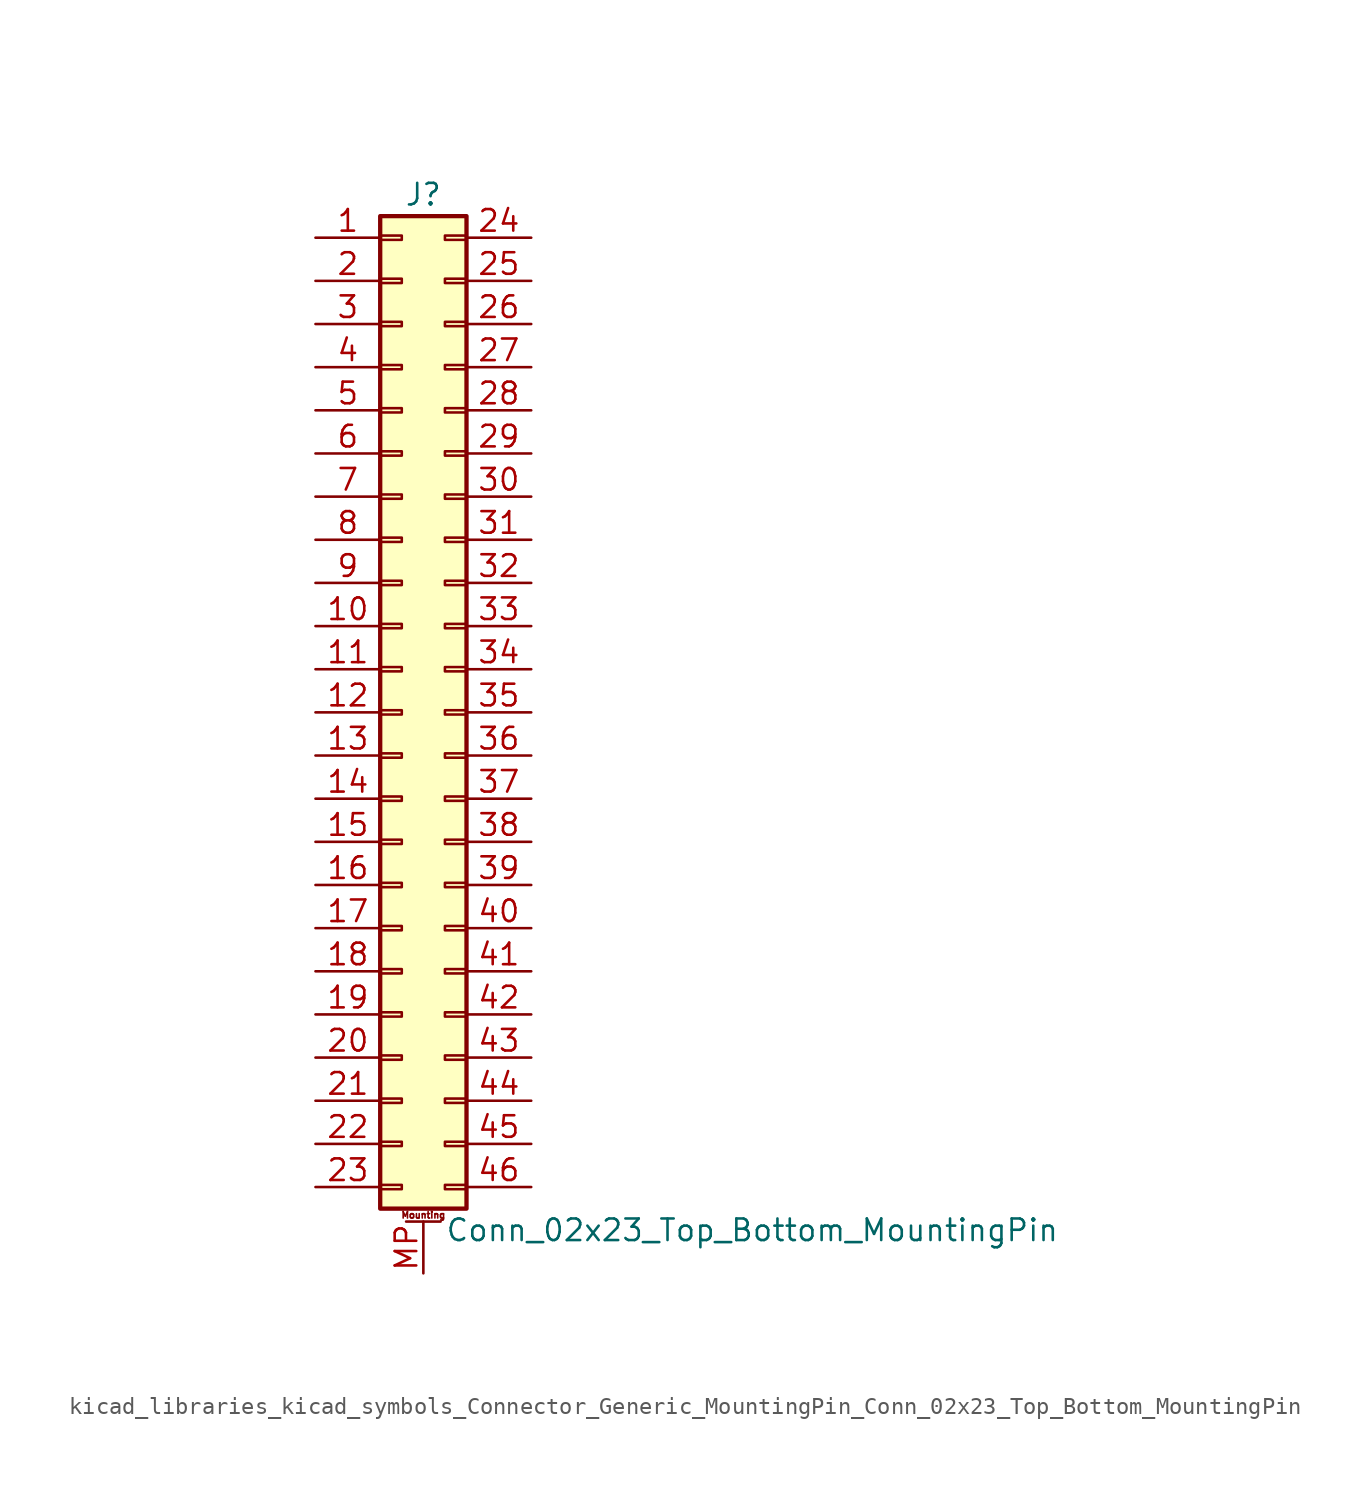
<source format=kicad_sym>
(kicad_symbol_lib
  (version 20220914)
  (generator kicad_symbol_editor)
  (symbol "kicad_libraries_kicad_symbols_Connector_Generic_MountingPin_Conn_02x23_Top_Bottom_MountingPin"
    (pin_names
      (offset 1.016) hide)
    (property "Reference" "J"
      (at 1.27 30.48 0)
      (effects (font (size 1.27 1.27))))
    (property "Value" "Conn_02x23_Top_Bottom_MountingPin"
      (at 2.54 -30.48 0)
      (effects (font (size 1.27 1.27)) (justify left)))
    (symbol "kicad_libraries_kicad_symbols_Connector_Generic_MountingPin_Conn_02x23_Top_Bottom_MountingPin_1_1"
      (rectangle (start -1.27 -27.813) (end 0 -28.067) (stroke (width 0.152) (type default)) (fill (type none)))
      (rectangle (start -1.27 -25.273) (end 0 -25.527) (stroke (width 0.152) (type default)) (fill (type none)))
      (rectangle (start -1.27 -22.733) (end 0 -22.987) (stroke (width 0.152) (type default)) (fill (type none)))
      (rectangle (start -1.27 -20.193) (end 0 -20.447) (stroke (width 0.152) (type default)) (fill (type none)))
      (rectangle (start -1.27 -17.653) (end 0 -17.907) (stroke (width 0.152) (type default)) (fill (type none)))
      (rectangle (start -1.27 -15.113) (end 0 -15.367) (stroke (width 0.152) (type default)) (fill (type none)))
      (rectangle (start -1.27 -12.573) (end 0 -12.827) (stroke (width 0.152) (type default)) (fill (type none)))
      (rectangle (start -1.27 -10.033) (end 0 -10.287) (stroke (width 0.152) (type default)) (fill (type none)))
      (rectangle (start -1.27 -7.493) (end 0 -7.747) (stroke (width 0.152) (type default)) (fill (type none)))
      (rectangle (start -1.27 -4.953) (end 0 -5.207) (stroke (width 0.152) (type default)) (fill (type none)))
      (rectangle (start -1.27 -2.413) (end 0 -2.667) (stroke (width 0.152) (type default)) (fill (type none)))
      (rectangle (start -1.27 0.127) (end 0 -0.127) (stroke (width 0.152) (type default)) (fill (type none)))
      (rectangle (start -1.27 2.667) (end 0 2.413) (stroke (width 0.152) (type default)) (fill (type none)))
      (rectangle (start -1.27 5.207) (end 0 4.953) (stroke (width 0.152) (type default)) (fill (type none)))
      (rectangle (start -1.27 7.747) (end 0 7.493) (stroke (width 0.152) (type default)) (fill (type none)))
      (rectangle (start -1.27 10.287) (end 0 10.033) (stroke (width 0.152) (type default)) (fill (type none)))
      (rectangle (start -1.27 12.827) (end 0 12.573) (stroke (width 0.152) (type default)) (fill (type none)))
      (rectangle (start -1.27 15.367) (end 0 15.113) (stroke (width 0.152) (type default)) (fill (type none)))
      (rectangle (start -1.27 17.907) (end 0 17.653) (stroke (width 0.152) (type default)) (fill (type none)))
      (rectangle (start -1.27 20.447) (end 0 20.193) (stroke (width 0.152) (type default)) (fill (type none)))
      (rectangle (start -1.27 22.987) (end 0 22.733) (stroke (width 0.152) (type default)) (fill (type none)))
      (rectangle (start -1.27 25.527) (end 0 25.273) (stroke (width 0.152) (type default)) (fill (type none)))
      (rectangle (start -1.27 28.067) (end 0 27.813) (stroke (width 0.152) (type default)) (fill (type none)))
      (rectangle (start -1.27 29.21) (end 3.81 -29.21) (stroke (width 0.254) (type default)) (fill (type background)))
      (polyline (pts (xy 0.254 -29.972) (xy 2.286 -29.972)) (stroke (width 0.152) (type default)) (fill (type none)))
      (rectangle (start 3.81 -27.813) (end 2.54 -28.067) (stroke (width 0.152) (type default)) (fill (type none)))
      (rectangle (start 3.81 -25.273) (end 2.54 -25.527) (stroke (width 0.152) (type default)) (fill (type none)))
      (rectangle (start 3.81 -22.733) (end 2.54 -22.987) (stroke (width 0.152) (type default)) (fill (type none)))
      (rectangle (start 3.81 -20.193) (end 2.54 -20.447) (stroke (width 0.152) (type default)) (fill (type none)))
      (rectangle (start 3.81 -17.653) (end 2.54 -17.907) (stroke (width 0.152) (type default)) (fill (type none)))
      (rectangle (start 3.81 -15.113) (end 2.54 -15.367) (stroke (width 0.152) (type default)) (fill (type none)))
      (rectangle (start 3.81 -12.573) (end 2.54 -12.827) (stroke (width 0.152) (type default)) (fill (type none)))
      (rectangle (start 3.81 -10.033) (end 2.54 -10.287) (stroke (width 0.152) (type default)) (fill (type none)))
      (rectangle (start 3.81 -7.493) (end 2.54 -7.747) (stroke (width 0.152) (type default)) (fill (type none)))
      (rectangle (start 3.81 -4.953) (end 2.54 -5.207) (stroke (width 0.152) (type default)) (fill (type none)))
      (rectangle (start 3.81 -2.413) (end 2.54 -2.667) (stroke (width 0.152) (type default)) (fill (type none)))
      (rectangle (start 3.81 0.127) (end 2.54 -0.127) (stroke (width 0.152) (type default)) (fill (type none)))
      (rectangle (start 3.81 2.667) (end 2.54 2.413) (stroke (width 0.152) (type default)) (fill (type none)))
      (rectangle (start 3.81 5.207) (end 2.54 4.953) (stroke (width 0.152) (type default)) (fill (type none)))
      (rectangle (start 3.81 7.747) (end 2.54 7.493) (stroke (width 0.152) (type default)) (fill (type none)))
      (rectangle (start 3.81 10.287) (end 2.54 10.033) (stroke (width 0.152) (type default)) (fill (type none)))
      (rectangle (start 3.81 12.827) (end 2.54 12.573) (stroke (width 0.152) (type default)) (fill (type none)))
      (rectangle (start 3.81 15.367) (end 2.54 15.113) (stroke (width 0.152) (type default)) (fill (type none)))
      (rectangle (start 3.81 17.907) (end 2.54 17.653) (stroke (width 0.152) (type default)) (fill (type none)))
      (rectangle (start 3.81 20.447) (end 2.54 20.193) (stroke (width 0.152) (type default)) (fill (type none)))
      (rectangle (start 3.81 22.987) (end 2.54 22.733) (stroke (width 0.152) (type default)) (fill (type none)))
      (rectangle (start 3.81 25.527) (end 2.54 25.273) (stroke (width 0.152) (type default)) (fill (type none)))
      (rectangle (start 3.81 28.067) (end 2.54 27.813) (stroke (width 0.152) (type default)) (fill (type none)))
      (text "Mounting" (at 1.27 -29.591 0) (effects (font (size 0.381 0.381))))
      (pin passive line (at -5.08 27.94 0) (length 3.81) (name "Pin_1" (effects (font (size 1.27 1.27)))) (number "1" (effects (font (size 1.27 1.27)))))
      (pin passive line (at -5.08 5.08 0) (length 3.81) (name "Pin_10" (effects (font (size 1.27 1.27)))) (number "10" (effects (font (size 1.27 1.27)))))
      (pin passive line (at -5.08 2.54 0) (length 3.81) (name "Pin_11" (effects (font (size 1.27 1.27)))) (number "11" (effects (font (size 1.27 1.27)))))
      (pin passive line (at -5.08 0 0) (length 3.81) (name "Pin_12" (effects (font (size 1.27 1.27)))) (number "12" (effects (font (size 1.27 1.27)))))
      (pin passive line (at -5.08 -2.54 0) (length 3.81) (name "Pin_13" (effects (font (size 1.27 1.27)))) (number "13" (effects (font (size 1.27 1.27)))))
      (pin passive line (at -5.08 -5.08 0) (length 3.81) (name "Pin_14" (effects (font (size 1.27 1.27)))) (number "14" (effects (font (size 1.27 1.27)))))
      (pin passive line (at -5.08 -7.62 0) (length 3.81) (name "Pin_15" (effects (font (size 1.27 1.27)))) (number "15" (effects (font (size 1.27 1.27)))))
      (pin passive line (at -5.08 -10.16 0) (length 3.81) (name "Pin_16" (effects (font (size 1.27 1.27)))) (number "16" (effects (font (size 1.27 1.27)))))
      (pin passive line (at -5.08 -12.7 0) (length 3.81) (name "Pin_17" (effects (font (size 1.27 1.27)))) (number "17" (effects (font (size 1.27 1.27)))))
      (pin passive line (at -5.08 -15.24 0) (length 3.81) (name "Pin_18" (effects (font (size 1.27 1.27)))) (number "18" (effects (font (size 1.27 1.27)))))
      (pin passive line (at -5.08 -17.78 0) (length 3.81) (name "Pin_19" (effects (font (size 1.27 1.27)))) (number "19" (effects (font (size 1.27 1.27)))))
      (pin passive line (at -5.08 25.4 0) (length 3.81) (name "Pin_2" (effects (font (size 1.27 1.27)))) (number "2" (effects (font (size 1.27 1.27)))))
      (pin passive line (at -5.08 -20.32 0) (length 3.81) (name "Pin_20" (effects (font (size 1.27 1.27)))) (number "20" (effects (font (size 1.27 1.27)))))
      (pin passive line (at -5.08 -22.86 0) (length 3.81) (name "Pin_21" (effects (font (size 1.27 1.27)))) (number "21" (effects (font (size 1.27 1.27)))))
      (pin passive line (at -5.08 -25.4 0) (length 3.81) (name "Pin_22" (effects (font (size 1.27 1.27)))) (number "22" (effects (font (size 1.27 1.27)))))
      (pin passive line (at -5.08 -27.94 0) (length 3.81) (name "Pin_23" (effects (font (size 1.27 1.27)))) (number "23" (effects (font (size 1.27 1.27)))))
      (pin passive line (at 7.62 27.94 180) (length 3.81) (name "Pin_24" (effects (font (size 1.27 1.27)))) (number "24" (effects (font (size 1.27 1.27)))))
      (pin passive line (at 7.62 25.4 180) (length 3.81) (name "Pin_25" (effects (font (size 1.27 1.27)))) (number "25" (effects (font (size 1.27 1.27)))))
      (pin passive line (at 7.62 22.86 180) (length 3.81) (name "Pin_26" (effects (font (size 1.27 1.27)))) (number "26" (effects (font (size 1.27 1.27)))))
      (pin passive line (at 7.62 20.32 180) (length 3.81) (name "Pin_27" (effects (font (size 1.27 1.27)))) (number "27" (effects (font (size 1.27 1.27)))))
      (pin passive line (at 7.62 17.78 180) (length 3.81) (name "Pin_28" (effects (font (size 1.27 1.27)))) (number "28" (effects (font (size 1.27 1.27)))))
      (pin passive line (at 7.62 15.24 180) (length 3.81) (name "Pin_29" (effects (font (size 1.27 1.27)))) (number "29" (effects (font (size 1.27 1.27)))))
      (pin passive line (at -5.08 22.86 0) (length 3.81) (name "Pin_3" (effects (font (size 1.27 1.27)))) (number "3" (effects (font (size 1.27 1.27)))))
      (pin passive line (at 7.62 12.7 180) (length 3.81) (name "Pin_30" (effects (font (size 1.27 1.27)))) (number "30" (effects (font (size 1.27 1.27)))))
      (pin passive line (at 7.62 10.16 180) (length 3.81) (name "Pin_31" (effects (font (size 1.27 1.27)))) (number "31" (effects (font (size 1.27 1.27)))))
      (pin passive line (at 7.62 7.62 180) (length 3.81) (name "Pin_32" (effects (font (size 1.27 1.27)))) (number "32" (effects (font (size 1.27 1.27)))))
      (pin passive line (at 7.62 5.08 180) (length 3.81) (name "Pin_33" (effects (font (size 1.27 1.27)))) (number "33" (effects (font (size 1.27 1.27)))))
      (pin passive line (at 7.62 2.54 180) (length 3.81) (name "Pin_34" (effects (font (size 1.27 1.27)))) (number "34" (effects (font (size 1.27 1.27)))))
      (pin passive line (at 7.62 0 180) (length 3.81) (name "Pin_35" (effects (font (size 1.27 1.27)))) (number "35" (effects (font (size 1.27 1.27)))))
      (pin passive line (at 7.62 -2.54 180) (length 3.81) (name "Pin_36" (effects (font (size 1.27 1.27)))) (number "36" (effects (font (size 1.27 1.27)))))
      (pin passive line (at 7.62 -5.08 180) (length 3.81) (name "Pin_37" (effects (font (size 1.27 1.27)))) (number "37" (effects (font (size 1.27 1.27)))))
      (pin passive line (at 7.62 -7.62 180) (length 3.81) (name "Pin_38" (effects (font (size 1.27 1.27)))) (number "38" (effects (font (size 1.27 1.27)))))
      (pin passive line (at 7.62 -10.16 180) (length 3.81) (name "Pin_39" (effects (font (size 1.27 1.27)))) (number "39" (effects (font (size 1.27 1.27)))))
      (pin passive line (at -5.08 20.32 0) (length 3.81) (name "Pin_4" (effects (font (size 1.27 1.27)))) (number "4" (effects (font (size 1.27 1.27)))))
      (pin passive line (at 7.62 -12.7 180) (length 3.81) (name "Pin_40" (effects (font (size 1.27 1.27)))) (number "40" (effects (font (size 1.27 1.27)))))
      (pin passive line (at 7.62 -15.24 180) (length 3.81) (name "Pin_41" (effects (font (size 1.27 1.27)))) (number "41" (effects (font (size 1.27 1.27)))))
      (pin passive line (at 7.62 -17.78 180) (length 3.81) (name "Pin_42" (effects (font (size 1.27 1.27)))) (number "42" (effects (font (size 1.27 1.27)))))
      (pin passive line (at 7.62 -20.32 180) (length 3.81) (name "Pin_43" (effects (font (size 1.27 1.27)))) (number "43" (effects (font (size 1.27 1.27)))))
      (pin passive line (at 7.62 -22.86 180) (length 3.81) (name "Pin_44" (effects (font (size 1.27 1.27)))) (number "44" (effects (font (size 1.27 1.27)))))
      (pin passive line (at 7.62 -25.4 180) (length 3.81) (name "Pin_45" (effects (font (size 1.27 1.27)))) (number "45" (effects (font (size 1.27 1.27)))))
      (pin passive line (at 7.62 -27.94 180) (length 3.81) (name "Pin_46" (effects (font (size 1.27 1.27)))) (number "46" (effects (font (size 1.27 1.27)))))
      (pin passive line (at -5.08 17.78 0) (length 3.81) (name "Pin_5" (effects (font (size 1.27 1.27)))) (number "5" (effects (font (size 1.27 1.27)))))
      (pin passive line (at -5.08 15.24 0) (length 3.81) (name "Pin_6" (effects (font (size 1.27 1.27)))) (number "6" (effects (font (size 1.27 1.27)))))
      (pin passive line (at -5.08 12.7 0) (length 3.81) (name "Pin_7" (effects (font (size 1.27 1.27)))) (number "7" (effects (font (size 1.27 1.27)))))
      (pin passive line (at -5.08 10.16 0) (length 3.81) (name "Pin_8" (effects (font (size 1.27 1.27)))) (number "8" (effects (font (size 1.27 1.27)))))
      (pin passive line (at -5.08 7.62 0) (length 3.81) (name "Pin_9" (effects (font (size 1.27 1.27)))) (number "9" (effects (font (size 1.27 1.27)))))
      (pin passive line (at 1.27 -33.02 90) (length 3.048) (name "MountPin" (effects (font (size 1.27 1.27)))) (number "MP" (effects (font (size 1.27 1.27))))))))
</source>
